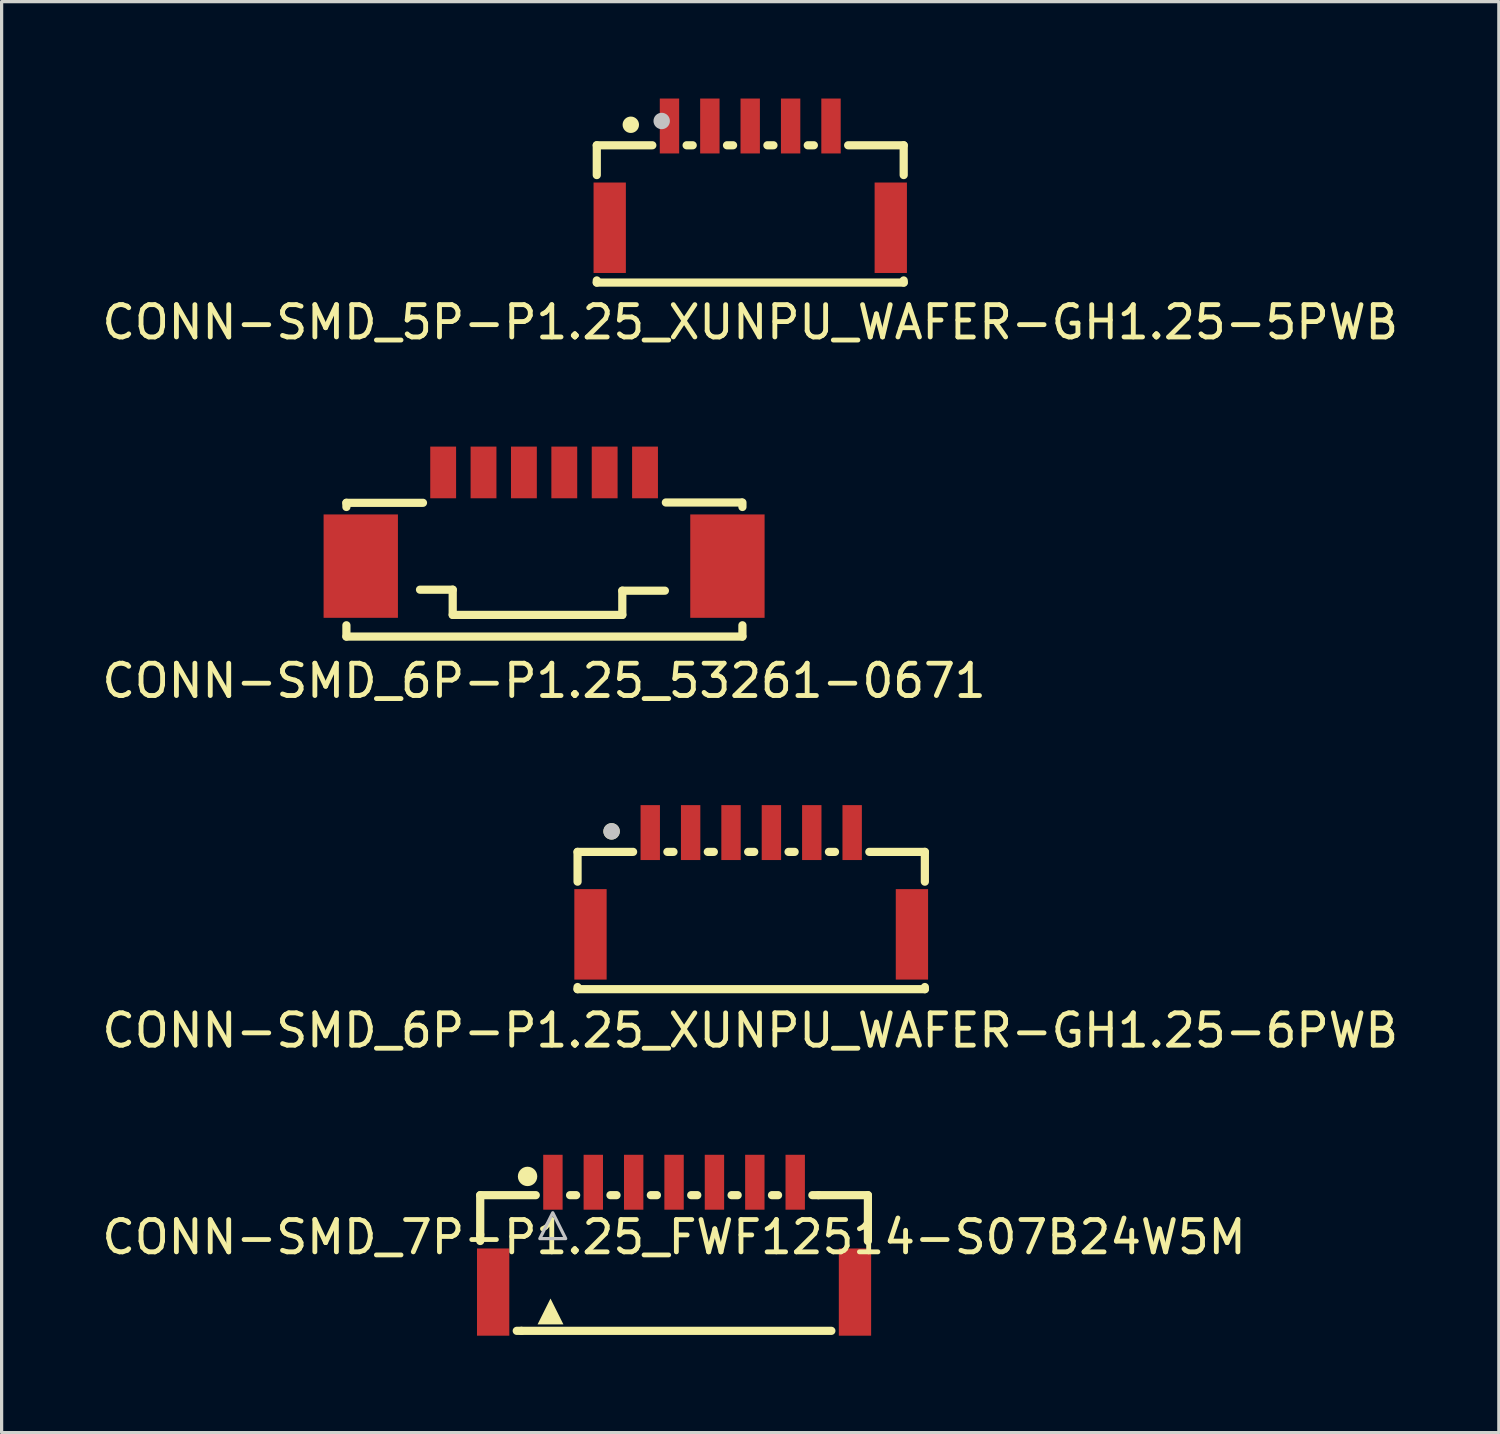
<source format=kicad_pcb>
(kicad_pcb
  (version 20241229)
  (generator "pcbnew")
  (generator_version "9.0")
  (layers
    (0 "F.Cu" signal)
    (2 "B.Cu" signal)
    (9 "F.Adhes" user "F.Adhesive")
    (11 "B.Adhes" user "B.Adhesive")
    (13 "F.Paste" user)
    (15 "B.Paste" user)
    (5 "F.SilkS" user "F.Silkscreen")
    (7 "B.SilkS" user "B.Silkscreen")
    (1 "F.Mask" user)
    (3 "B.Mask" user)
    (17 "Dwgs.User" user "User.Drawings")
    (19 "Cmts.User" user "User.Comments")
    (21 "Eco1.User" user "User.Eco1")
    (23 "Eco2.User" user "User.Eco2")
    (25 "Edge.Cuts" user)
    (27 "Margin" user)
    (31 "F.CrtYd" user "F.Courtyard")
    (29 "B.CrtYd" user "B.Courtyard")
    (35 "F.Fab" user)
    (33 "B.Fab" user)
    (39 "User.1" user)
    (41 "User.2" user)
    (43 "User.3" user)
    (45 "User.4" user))
  (footprint "CONN-SMD_5P-P1.25_XUNPU_WAFER-GH1.25-5PWB"
    (layer "F.Cu")
    (at 20.173 2.425)
    (property "Reference" "CONN-SMD_5P-P1.25_XUNPU_WAFER-GH1.25-5PWB" (at 0 4.5 0) (layer "F.SilkS") (effects (font (size 1 1) (thickness 0.15))))
    (fp_line (start -4.75 -0.978) (end -3.031 -0.978) (stroke (width 0.254) (type default)) (layer "F.SilkS"))
    (fp_line (start -4.75 -0.056) (end -4.75 -0.978) (stroke (width 0.254) (type default)) (layer "F.SilkS"))
    (fp_line (start -4.75 3.272) (end -4.75 3.206) (stroke (width 0.254) (type default)) (layer "F.SilkS"))
    (fp_line (start -4.75 3.272) (end 4.75 3.272) (stroke (width 0.254) (type default)) (layer "F.SilkS"))
    (fp_line (start -1.969 -0.978) (end -1.781 -0.978) (stroke (width 0.254) (type default)) (layer "F.SilkS"))
    (fp_line (start -0.719 -0.978) (end -0.531 -0.978) (stroke (width 0.254) (type default)) (layer "F.SilkS"))
    (fp_line (start 0.531 -0.978) (end 0.719 -0.978) (stroke (width 0.254) (type default)) (layer "F.SilkS"))
    (fp_line (start 1.781 -0.978) (end 1.969 -0.978) (stroke (width 0.254) (type default)) (layer "F.SilkS"))
    (fp_line (start 4.75 -0.978) (end 3.031 -0.978) (stroke (width 0.254) (type default)) (layer "F.SilkS"))
    (fp_line (start 4.75 -0.056) (end 4.75 -0.978) (stroke (width 0.254) (type default)) (layer "F.SilkS"))
    (fp_line (start 4.75 3.272) (end 4.75 3.206) (stroke (width 0.254) (type default)) (layer "F.SilkS"))
    (fp_circle (center -3.697 -1.613) (end -3.57 -1.613) (stroke (width 0.254) (type default)) (fill no) (layer "F.SilkS"))
    (fp_circle (center -2.741 -1.73) (end -2.614 -1.73) (stroke (width 0.254) (type default)) (fill no) (layer "Dwgs.User"))
    (fp_poly (pts (xy -4.45 0.575) (xy -4.25 0.575) (xy -4.25 2.575) (xy -4.45 2.575)) (stroke (width 0.1) (type default)) (fill no) (layer "User.1"))
    (fp_poly (pts (xy -2.6 -1.771) (xy -2.4 -1.771) (xy -2.4 -0.771) (xy -2.6 -0.771)) (stroke (width 0.1) (type default)) (fill no) (layer "User.1"))
    (fp_poly (pts (xy -1.35 -1.771) (xy -1.15 -1.771) (xy -1.15 -0.771) (xy -1.35 -0.771)) (stroke (width 0.1) (type default)) (fill no) (layer "User.1"))
    (fp_poly (pts (xy -0.101 -1.771) (xy 0.1 -1.771) (xy 0.1 -0.771) (xy -0.101 -0.771)) (stroke (width 0.1) (type default)) (fill no) (layer "User.1"))
    (fp_poly (pts (xy 1.15 -1.771) (xy 1.35 -1.771) (xy 1.35 -0.771) (xy 1.15 -0.771)) (stroke (width 0.1) (type default)) (fill no) (layer "User.1"))
    (fp_poly (pts (xy 2.4 -1.771) (xy 2.6 -1.771) (xy 2.6 -0.771) (xy 2.4 -0.771)) (stroke (width 0.1) (type default)) (fill no) (layer "User.1"))
    (fp_poly (pts (xy 4.25 0.575) (xy 4.45 0.575) (xy 4.45 2.575) (xy 4.25 2.575)) (stroke (width 0.1) (type default)) (fill no) (layer "User.1"))
    (fp_line (start -4.75 -0.821) (end 4.75 -0.821) (stroke (width 0.051) (type default)) (layer "User.2"))
    (fp_line (start -4.75 3.229) (end -4.75 -0.821) (stroke (width 0.051) (type default)) (layer "User.2"))
    (fp_line (start 4.75 -0.821) (end 4.75 3.229) (stroke (width 0.051) (type default)) (layer "User.2"))
    (fp_line (start 4.75 3.229) (end -4.75 3.229) (stroke (width 0.051) (type default)) (layer "User.2"))
    (fp_poly (pts (xy -4.69 -1.771) (xy -4.708 -1.813) (xy -4.75 -1.831) (xy -4.792 -1.813) (xy -4.81 -1.771) (xy -4.792 -1.729) (xy -4.75 -1.711) (xy -4.708 -1.729)) (stroke (width 0.1) (type default)) (fill no) (layer "User.3"))
    (pad "1" smd rect (at -2.5 -1.575) (size 0.6 1.7) (layers "F.Cu" "F.Mask" "F.Paste"))
    (pad "2" smd rect (at -1.25 -1.575) (size 0.6 1.7) (layers "F.Cu" "F.Mask" "F.Paste"))
    (pad "3" smd rect (at -0.001 -1.575) (size 0.6 1.7) (layers "F.Cu" "F.Mask" "F.Paste"))
    (pad "4" smd rect (at 1.25 -1.575) (size 0.6 1.7) (layers "F.Cu" "F.Mask" "F.Paste"))
    (pad "5" smd rect (at 2.5 -1.575) (size 0.6 1.7) (layers "F.Cu" "F.Mask" "F.Paste"))
    (pad "6" smd rect (at 4.35 1.575) (size 1 2.8) (layers "F.Cu" "F.Mask" "F.Paste"))
    (pad "7" smd rect (at -4.35 1.575) (size 1 2.8) (layers "F.Cu" "F.Mask" "F.Paste")))
  (footprint "CONN-SMD_6P-P1.25_XUNPU_WAFER-GH1.25-6PWB"
    (layer "F.Cu")
    (at 20.203 24.297)
    (property "Reference" "CONN-SMD_6P-P1.25_XUNPU_WAFER-GH1.25-6PWB" (at -0.03 4.55 0) (layer "F.SilkS") (effects (font (size 1 1) (thickness 0.15))))
    (fp_line (start -5.375 -0.978) (end -3.656 -0.978) (stroke (width 0.254) (type default)) (layer "F.SilkS"))
    (fp_line (start -5.375 -0.056) (end -5.375 -0.978) (stroke (width 0.254) (type default)) (layer "F.SilkS"))
    (fp_line (start -5.375 3.272) (end -5.375 3.206) (stroke (width 0.254) (type default)) (layer "F.SilkS"))
    (fp_line (start -5.375 3.272) (end 5.375 3.272) (stroke (width 0.254) (type default)) (layer "F.SilkS"))
    (fp_line (start -2.594 -0.978) (end -2.406 -0.978) (stroke (width 0.254) (type default)) (layer "F.SilkS"))
    (fp_line (start -1.344 -0.978) (end -1.157 -0.978) (stroke (width 0.254) (type default)) (layer "F.SilkS"))
    (fp_line (start -0.094 -0.978) (end 0.094 -0.978) (stroke (width 0.254) (type default)) (layer "F.SilkS"))
    (fp_line (start 1.156 -0.978) (end 1.344 -0.978) (stroke (width 0.254) (type default)) (layer "F.SilkS"))
    (fp_line (start 2.406 -0.978) (end 2.594 -0.978) (stroke (width 0.254) (type default)) (layer "F.SilkS"))
    (fp_line (start 5.375 -0.978) (end 3.656 -0.978) (stroke (width 0.254) (type default)) (layer "F.SilkS"))
    (fp_line (start 5.375 -0.056) (end 5.375 -0.978) (stroke (width 0.254) (type default)) (layer "F.SilkS"))
    (fp_line (start 5.375 3.272) (end 5.375 3.206) (stroke (width 0.254) (type default)) (layer "F.SilkS"))
    (fp_circle (center -4.322 -1.613) (end -4.195 -1.613) (stroke (width 0.254) (type default)) (fill no) (layer "F.SilkS"))
    (fp_circle (center -4.322 -1.613) (end -4.195 -1.613) (stroke (width 0.254) (type default)) (fill no) (layer "Dwgs.User"))
    (fp_poly (pts (xy -5.075 0.575) (xy -4.875 0.575) (xy -4.875 2.575) (xy -5.075 2.575)) (stroke (width 0.1) (type default)) (fill no) (layer "User.1"))
    (fp_poly (pts (xy -3.225 -1.835) (xy -3.025 -1.835) (xy -3.025 -0.835) (xy -3.225 -0.835)) (stroke (width 0.1) (type default)) (fill no) (layer "User.1"))
    (fp_poly (pts (xy -1.975 -1.835) (xy -1.775 -1.835) (xy -1.775 -0.835) (xy -1.975 -0.835)) (stroke (width 0.1) (type default)) (fill no) (layer "User.1"))
    (fp_poly (pts (xy -0.725 -1.835) (xy -0.525 -1.835) (xy -0.525 -0.835) (xy -0.725 -0.835)) (stroke (width 0.1) (type default)) (fill no) (layer "User.1"))
    (fp_poly (pts (xy 0.525 -1.835) (xy 0.725 -1.835) (xy 0.725 -0.835) (xy 0.525 -0.835)) (stroke (width 0.1) (type default)) (fill no) (layer "User.1"))
    (fp_poly (pts (xy 1.775 -1.835) (xy 1.975 -1.835) (xy 1.975 -0.835) (xy 1.775 -0.835)) (stroke (width 0.1) (type default)) (fill no) (layer "User.1"))
    (fp_poly (pts (xy 3.025 -1.835) (xy 3.225 -1.835) (xy 3.225 -0.835) (xy 3.025 -0.835)) (stroke (width 0.1) (type default)) (fill no) (layer "User.1"))
    (fp_poly (pts (xy 4.875 0.575) (xy 5.075 0.575) (xy 5.075 2.575) (xy 4.875 2.575)) (stroke (width 0.1) (type default)) (fill no) (layer "User.1"))
    (fp_line (start -5.375 -0.884) (end 5.375 -0.884) (stroke (width 0.051) (type default)) (layer "User.2"))
    (fp_line (start -5.375 3.166) (end -5.375 -0.884) (stroke (width 0.051) (type default)) (layer "User.2"))
    (fp_line (start 5.375 -0.884) (end 5.375 3.166) (stroke (width 0.051) (type default)) (layer "User.2"))
    (fp_line (start 5.375 3.166) (end -5.375 3.166) (stroke (width 0.051) (type default)) (layer "User.2"))
    (fp_poly (pts (xy -5.315 -1.835) (xy -5.333 -1.877) (xy -5.375 -1.895) (xy -5.417 -1.877) (xy -5.435 -1.835) (xy -5.417 -1.792) (xy -5.375 -1.774) (xy -5.333 -1.792)) (stroke (width 0.1) (type default)) (fill no) (layer "User.3"))
    (pad "1" smd rect (at -3.125 -1.575) (size 0.6 1.7) (layers "F.Cu" "F.Mask" "F.Paste"))
    (pad "2" smd rect (at -1.875 -1.575) (size 0.6 1.7) (layers "F.Cu" "F.Mask" "F.Paste"))
    (pad "3" smd rect (at -0.625 -1.575) (size 0.6 1.7) (layers "F.Cu" "F.Mask" "F.Paste"))
    (pad "4" smd rect (at 0.625 -1.575) (size 0.6 1.7) (layers "F.Cu" "F.Mask" "F.Paste"))
    (pad "5" smd rect (at 1.875 -1.575) (size 0.6 1.7) (layers "F.Cu" "F.Mask" "F.Paste"))
    (pad "6" smd rect (at 3.125 -1.575) (size 0.6 1.7) (layers "F.Cu" "F.Mask" "F.Paste"))
    (pad "7" smd rect (at 4.975 1.575) (size 1 2.8) (layers "F.Cu" "F.Mask" "F.Paste"))
    (pad "8" smd rect (at -4.975 1.575) (size 1 2.8) (layers "F.Cu" "F.Mask" "F.Paste")))
  (footprint "CONN-SMD_6P-P1.25_53261-0671"
    (layer "F.Cu")
    (at 13.792 13.024)
    (property "Reference" "CONN-SMD_6P-P1.25_53261-0671" (at 0 5 0) (layer "F.SilkS") (effects (font (size 1 1) (thickness 0.15))))
    (fp_line (start -6.119 -0.51) (end -6.119 -0.381) (stroke (width 0.254) (type default)) (layer "F.SilkS"))
    (fp_line (start -6.119 -0.51) (end -3.749 -0.51) (stroke (width 0.254) (type default)) (layer "F.SilkS"))
    (fp_line (start -6.119 3.281) (end -6.119 3.63) (stroke (width 0.254) (type default)) (layer "F.SilkS"))
    (fp_line (start -6.119 3.63) (end 6.139 3.63) (stroke (width 0.254) (type default)) (layer "F.SilkS"))
    (fp_line (start -3.841 2.179) (end -2.829 2.179) (stroke (width 0.254) (type default)) (layer "F.SilkS"))
    (fp_line (start -2.829 2.179) (end -2.829 2.959) (stroke (width 0.254) (type default)) (layer "F.SilkS"))
    (fp_line (start -2.829 2.959) (end 2.421 2.959) (stroke (width 0.254) (type default)) (layer "F.SilkS"))
    (fp_line (start 2.421 2.21) (end 3.739 2.21) (stroke (width 0.254) (type default)) (layer "F.SilkS"))
    (fp_line (start 2.421 2.959) (end 2.421 2.21) (stroke (width 0.254) (type default)) (layer "F.SilkS"))
    (fp_line (start 3.769 -0.52) (end 6.111 -0.52) (stroke (width 0.254) (type default)) (layer "F.SilkS"))
    (fp_line (start 6.139 -0.381) (end 6.139 -0.52) (stroke (width 0.254) (type default)) (layer "F.SilkS"))
    (fp_line (start 6.139 3.63) (end 6.139 3.281) (stroke (width 0.254) (type default)) (layer "F.SilkS"))
    (fp_poly (pts (xy -4.844 0.485) (xy -4.844 2.685) (xy -6.324 2.685) (xy -6.324 0.485)) (stroke (width 0.1) (type default)) (fill no) (layer "User.1"))
    (fp_poly (pts (xy -2.964 -1.562) (xy -2.964 -1.113) (xy -3.284 -1.113) (xy -3.284 -1.562)) (stroke (width 0.1) (type default)) (fill no) (layer "User.1"))
    (fp_poly (pts (xy -2.964 -1.138) (xy -2.964 -0.5) (xy -3.284 -0.5) (xy -3.284 -1.138)) (stroke (width 0.1) (type default)) (fill no) (layer "User.1"))
    (fp_poly (pts (xy -1.714 -1.562) (xy -1.714 -1.113) (xy -2.034 -1.113) (xy -2.034 -1.562)) (stroke (width 0.1) (type default)) (fill no) (layer "User.1"))
    (fp_poly (pts (xy -1.714 -1.138) (xy -1.714 -0.5) (xy -2.034 -0.5) (xy -2.034 -1.138)) (stroke (width 0.1) (type default)) (fill no) (layer "User.1"))
    (fp_poly (pts (xy -0.465 -1.562) (xy -0.465 -1.113) (xy -0.785 -1.113) (xy -0.785 -1.562)) (stroke (width 0.1) (type default)) (fill no) (layer "User.1"))
    (fp_poly (pts (xy -0.465 -1.138) (xy -0.465 -0.5) (xy -0.785 -0.5) (xy -0.785 -1.138)) (stroke (width 0.1) (type default)) (fill no) (layer "User.1"))
    (fp_poly (pts (xy 0.785 -1.562) (xy 0.785 -1.113) (xy 0.465 -1.113) (xy 0.465 -1.562)) (stroke (width 0.1) (type default)) (fill no) (layer "User.1"))
    (fp_poly (pts (xy 0.785 -1.138) (xy 0.785 -0.5) (xy 0.465 -0.5) (xy 0.465 -1.138)) (stroke (width 0.1) (type default)) (fill no) (layer "User.1"))
    (fp_poly (pts (xy 2.034 -1.562) (xy 2.034 -1.113) (xy 1.714 -1.113) (xy 1.714 -1.562)) (stroke (width 0.1) (type default)) (fill no) (layer "User.1"))
    (fp_poly (pts (xy 2.034 -1.138) (xy 2.034 -0.5) (xy 1.714 -0.5) (xy 1.714 -1.138)) (stroke (width 0.1) (type default)) (fill no) (layer "User.1"))
    (fp_poly (pts (xy 3.284 -1.562) (xy 3.284 -1.113) (xy 2.964 -1.113) (xy 2.964 -1.562)) (stroke (width 0.1) (type default)) (fill no) (layer "User.1"))
    (fp_poly (pts (xy 3.284 -1.138) (xy 3.284 -0.5) (xy 2.964 -0.5) (xy 2.964 -1.138)) (stroke (width 0.1) (type default)) (fill no) (layer "User.1"))
    (fp_poly (pts (xy 6.324 0.485) (xy 6.324 2.685) (xy 4.844 2.685) (xy 4.844 0.485)) (stroke (width 0.1) (type default)) (fill no) (layer "User.1"))
    (fp_line (start -6.124 -0.515) (end 6.124 -0.515) (stroke (width 0.051) (type default)) (layer "User.2"))
    (fp_line (start -6.124 3.241) (end -6.124 -0.515) (stroke (width 0.051) (type default)) (layer "User.2"))
    (fp_line (start -4.574 3.241) (end -6.124 3.241) (stroke (width 0.051) (type default)) (layer "User.2"))
    (fp_line (start -4.574 3.64) (end -4.574 3.241) (stroke (width 0.051) (type default)) (layer "User.2"))
    (fp_line (start 4.676 3.241) (end 4.676 3.64) (stroke (width 0.051) (type default)) (layer "User.2"))
    (fp_line (start 4.676 3.64) (end -4.574 3.64) (stroke (width 0.051) (type default)) (layer "User.2"))
    (fp_line (start 6.124 -0.515) (end 6.124 3.241) (stroke (width 0.051) (type default)) (layer "User.2"))
    (fp_line (start 6.124 3.241) (end 4.676 3.241) (stroke (width 0.051) (type default)) (layer "User.2"))
    (pad "1" smd rect (at 3.124 -1.45 90) (size 1.6 0.8) (layers "F.Cu" "F.Mask" "F.Paste"))
    (pad "2" smd rect (at 1.875 -1.45 90) (size 1.6 0.8) (layers "F.Cu" "F.Mask" "F.Paste"))
    (pad "3" smd rect (at 0.625 -1.45 90) (size 1.6 0.8) (layers "F.Cu" "F.Mask" "F.Paste"))
    (pad "4" smd rect (at -0.625 -1.45 90) (size 1.6 0.8) (layers "F.Cu" "F.Mask" "F.Paste"))
    (pad "5" smd rect (at -1.875 -1.45 90) (size 1.6 0.8) (layers "F.Cu" "F.Mask" "F.Paste"))
    (pad "6" smd rect (at -3.124 -1.45 90) (size 1.6 0.8) (layers "F.Cu" "F.Mask" "F.Paste"))
    (pad "7" smd rect (at -5.675 1.45 90) (size 3.2 2.301) (layers "F.Cu" "F.Mask" "F.Paste"))
    (pad "8" smd rect (at 5.675 1.45 90) (size 3.2 2.301) (layers "F.Cu" "F.Mask" "F.Paste")))
  (footprint "CONN-SMD_7P-P1.25_FWF12514-S07B24W5M"
    (layer "F.Cu")
    (at 17.815 35.245)
    (property "Reference" "CONN-SMD_7P-P1.25_FWF12514-S07B24W5M" (at 0 0 0) (layer "F.SilkS") (effects (font (size 1 1) (thickness 0.15))))
    (fp_line (start -6 -1.3) (end -6 -0.081) (stroke (width 0.254) (type default)) (layer "F.SilkS"))
    (fp_line (start -6 -0.081) (end -6 0.119) (stroke (width 0.254) (type default)) (layer "F.SilkS"))
    (fp_line (start -4.724 2.9) (end -4.869 2.9) (stroke (width 0.254) (type default)) (layer "F.SilkS"))
    (fp_line (start -4.724 2.9) (end 4.869 2.9) (stroke (width 0.254) (type default)) (layer "F.SilkS"))
    (fp_line (start -4.281 -1.3) (end -6 -1.3) (stroke (width 0.254) (type default)) (layer "F.SilkS"))
    (fp_line (start -3.031 -1.3) (end -3.219 -1.3) (stroke (width 0.254) (type default)) (layer "F.SilkS"))
    (fp_line (start -1.781 -1.3) (end -1.969 -1.3) (stroke (width 0.254) (type default)) (layer "F.SilkS"))
    (fp_line (start -0.531 -1.3) (end -0.719 -1.3) (stroke (width 0.254) (type default)) (layer "F.SilkS"))
    (fp_line (start 0.719 -1.3) (end 0.531 -1.3) (stroke (width 0.254) (type default)) (layer "F.SilkS"))
    (fp_line (start 1.969 -1.3) (end 1.781 -1.3) (stroke (width 0.254) (type default)) (layer "F.SilkS"))
    (fp_line (start 3.219 -1.3) (end 3.031 -1.3) (stroke (width 0.254) (type default)) (layer "F.SilkS"))
    (fp_line (start 4.468 -1.3) (end 4.281 -1.3) (stroke (width 0.254) (type default)) (layer "F.SilkS"))
    (fp_line (start 4.468 -1.3) (end 6 -1.3) (stroke (width 0.254) (type default)) (layer "F.SilkS"))
    (fp_line (start 6 -1.3) (end 6 0.119) (stroke (width 0.254) (type default)) (layer "F.SilkS"))
    (fp_circle (center -4.535 -1.88) (end -4.385 -1.88) (stroke (width 0.3) (type default)) (fill no) (layer "F.SilkS"))
    (fp_poly (pts (xy -4.225 2.7) (xy -3.425 2.7) (xy -3.825 1.9)) (stroke (width 0) (type default)) (fill yes) (layer "F.SilkS"))
    (fp_poly (pts (xy -4.155 0.045) (xy -3.355 0.045) (xy -3.755 -0.755)) (stroke (width 0.1) (type default)) (fill no) (layer "Dwgs.User"))
    (fp_poly (pts (xy -5.8 0.8) (xy -5.6 0.8) (xy -5.6 2.7) (xy -5.8 2.7)) (stroke (width 0.1) (type default)) (fill no) (layer "User.1"))
    (fp_poly (pts (xy -3.85 -2.2) (xy -3.65 -2.2) (xy -3.65 -1.2) (xy -3.85 -1.2)) (stroke (width 0.1) (type default)) (fill no) (layer "User.1"))
    (fp_poly (pts (xy -2.6 -2.2) (xy -2.4 -2.2) (xy -2.4 -1.2) (xy -2.6 -1.2)) (stroke (width 0.1) (type default)) (fill no) (layer "User.1"))
    (fp_poly (pts (xy -1.35 -2.2) (xy -1.15 -2.2) (xy -1.15 -1.2) (xy -1.35 -1.2)) (stroke (width 0.1) (type default)) (fill no) (layer "User.1"))
    (fp_poly (pts (xy -0.1 -2.2) (xy 0.1 -2.2) (xy 0.1 -1.2) (xy -0.1 -1.2)) (stroke (width 0.1) (type default)) (fill no) (layer "User.1"))
    (fp_poly (pts (xy 1.15 -2.2) (xy 1.35 -2.2) (xy 1.35 -1.2) (xy 1.15 -1.2)) (stroke (width 0.1) (type default)) (fill no) (layer "User.1"))
    (fp_poly (pts (xy 2.4 -2.2) (xy 2.6 -2.2) (xy 2.6 -1.2) (xy 2.4 -1.2)) (stroke (width 0.1) (type default)) (fill no) (layer "User.1"))
    (fp_poly (pts (xy 3.65 -2.2) (xy 3.85 -2.2) (xy 3.85 -1.2) (xy 3.65 -1.2)) (stroke (width 0.1) (type default)) (fill no) (layer "User.1"))
    (fp_poly (pts (xy 5.6 0.8) (xy 5.8 0.8) (xy 5.8 2.7) (xy 5.6 2.7)) (stroke (width 0.1) (type default)) (fill no) (layer "User.1"))
    (fp_line (start -6 -1.3) (end 6 -1.3) (stroke (width 0.051) (type default)) (layer "User.2"))
    (fp_line (start -6 2.9) (end -6 -1.3) (stroke (width 0.051) (type default)) (layer "User.2"))
    (fp_line (start 6 -1.3) (end 6 2.9) (stroke (width 0.051) (type default)) (layer "User.2"))
    (fp_line (start 6 2.9) (end -6 2.9) (stroke (width 0.051) (type default)) (layer "User.2"))
    (fp_poly (pts (xy -5.94 -2.2) (xy -5.958 -2.242) (xy -6 -2.26) (xy -6.042 -2.242) (xy -6.06 -2.2) (xy -6.042 -2.158) (xy -6 -2.14) (xy -5.958 -2.158)) (stroke (width 0.1) (type default)) (fill no) (layer "User.3"))
    (pad "1" smd rect (at -3.75 -1.7) (size 0.6 1.7) (layers "F.Cu" "F.Mask" "F.Paste"))
    (pad "2" smd rect (at -2.5 -1.7) (size 0.6 1.7) (layers "F.Cu" "F.Mask" "F.Paste"))
    (pad "3" smd rect (at -1.25 -1.7) (size 0.6 1.7) (layers "F.Cu" "F.Mask" "F.Paste"))
    (pad "4" smd rect (at 0 -1.7) (size 0.6 1.7) (layers "F.Cu" "F.Mask" "F.Paste"))
    (pad "5" smd rect (at 1.25 -1.7) (size 0.6 1.7) (layers "F.Cu" "F.Mask" "F.Paste"))
    (pad "6" smd rect (at 2.5 -1.7) (size 0.6 1.7) (layers "F.Cu" "F.Mask" "F.Paste"))
    (pad "7" smd rect (at 3.75 -1.7) (size 0.6 1.7) (layers "F.Cu" "F.Mask" "F.Paste"))
    (pad "8" smd rect (at -5.6 1.7) (size 1 2.7) (layers "F.Cu" "F.Mask" "F.Paste"))
    (pad "9" smd rect (at 5.6 1.7) (size 1 2.7) (layers "F.Cu" "F.Mask" "F.Paste")))
  (gr_rect
    (start -3 -3)
    (end 43.345 41.295)
    (stroke (width 0.1) (type default))
    (fill no)
    (layer "Edge.Cuts")))
</source>
